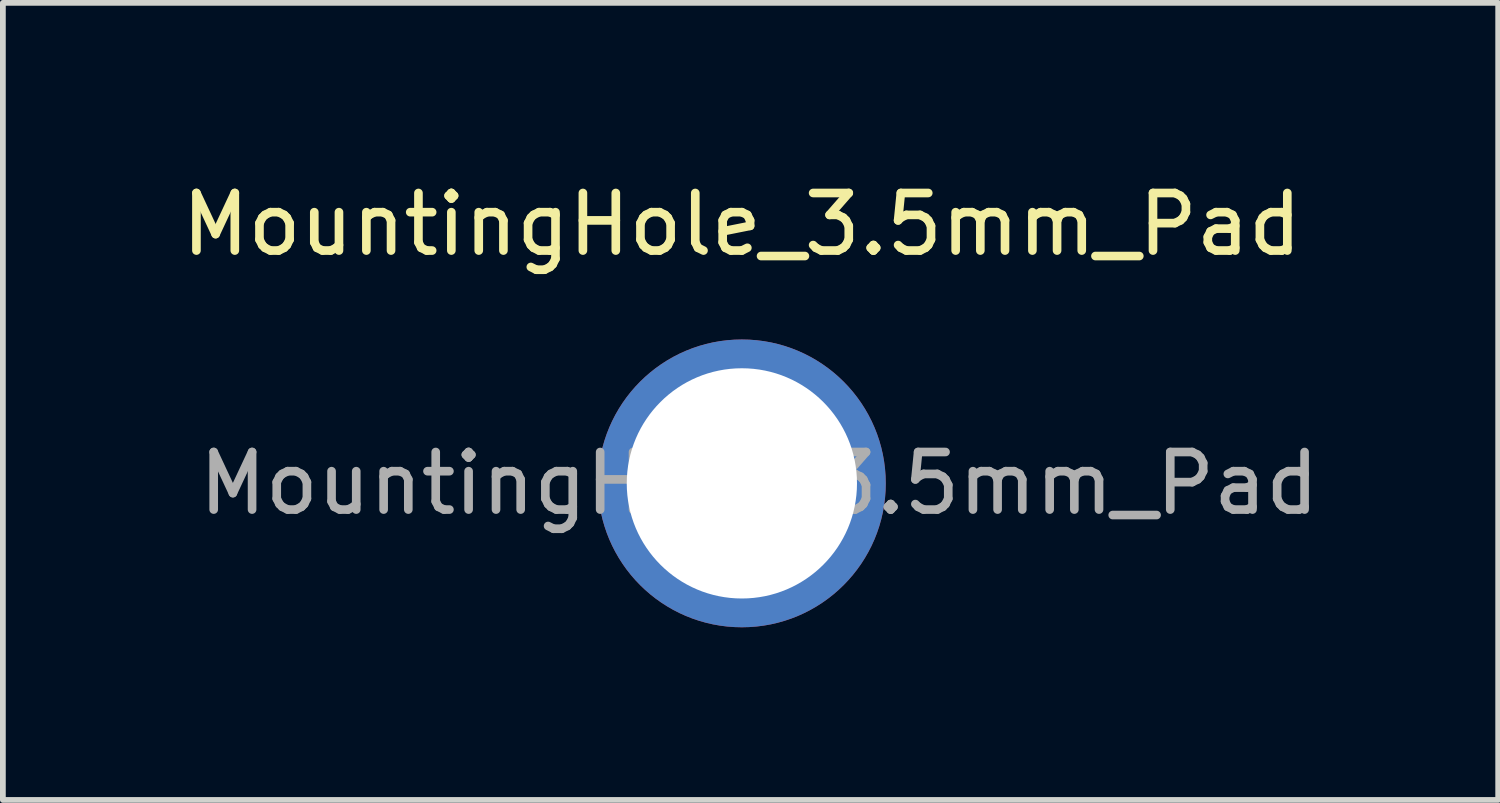
<source format=kicad_pcb>
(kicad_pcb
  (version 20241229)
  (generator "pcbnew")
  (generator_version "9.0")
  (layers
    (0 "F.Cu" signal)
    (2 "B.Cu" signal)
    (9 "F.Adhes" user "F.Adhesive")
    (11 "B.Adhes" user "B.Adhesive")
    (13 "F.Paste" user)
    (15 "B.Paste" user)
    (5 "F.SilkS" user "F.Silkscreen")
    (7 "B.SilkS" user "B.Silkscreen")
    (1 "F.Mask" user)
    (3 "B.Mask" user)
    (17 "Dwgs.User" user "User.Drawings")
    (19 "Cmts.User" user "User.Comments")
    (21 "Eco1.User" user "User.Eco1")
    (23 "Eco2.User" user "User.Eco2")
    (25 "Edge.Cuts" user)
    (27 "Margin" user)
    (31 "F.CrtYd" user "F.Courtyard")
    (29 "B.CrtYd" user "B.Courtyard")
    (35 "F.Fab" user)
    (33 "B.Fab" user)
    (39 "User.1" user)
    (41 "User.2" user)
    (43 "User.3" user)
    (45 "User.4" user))
  (footprint "MountingHole_3.5mm_Pad"
    (layer "F.Cu")
    (at 9.839 5.348)
    (property "Reference" "MountingHole_3.5mm_Pad" (at 0 -4.5 0) (layer "F.SilkS") (effects (font (size 1 1) (thickness 0.15))))
    (attr exclude_from_pos_files exclude_from_bom)
    (fp_text user "${REFERENCE}" (at 0.3 0 0) (layer "F.Fab") (effects (font (size 1 1) (thickness 0.15))))
    (pad "1" thru_hole circle (at 0 0) (size 5 5) (drill 4) (layers "*.Cu" "*.Mask")))
  (gr_rect
    (start -3 -3)
    (end 22.979 10.848)
    (stroke (width 0.1) (type default))
    (fill no)
    (layer "Edge.Cuts")))
</source>
